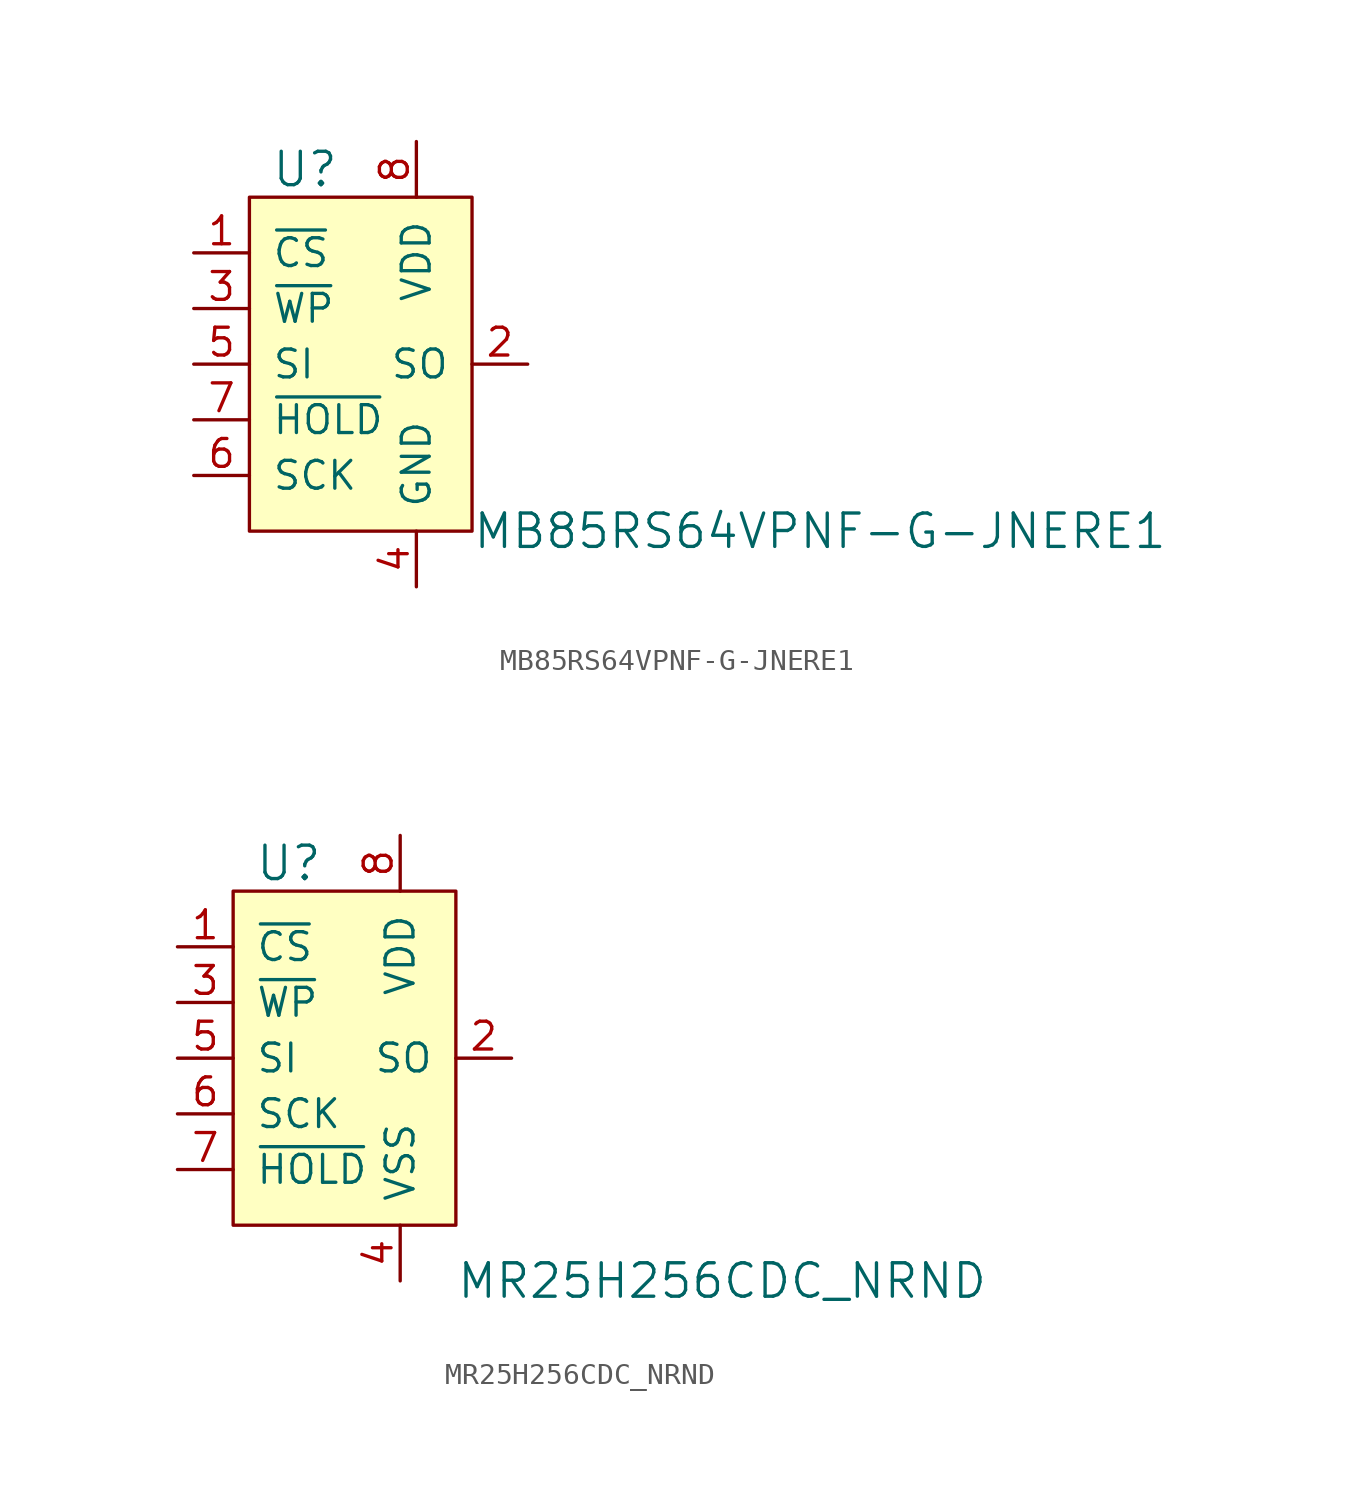
<source format=kicad_sym>
(kicad_symbol_lib
  (version 20231120)
  (generator "kicad_symbol_editor")
  (generator_version "8.0")
  (symbol "MB85RS64VPNF-G-JNERE1"
    (pin_names
      (offset 1.016))
    (property "Reference" "U"
      (at -2.54 6.35 0)
      (effects (font (size 1.524 1.524))))
    (property "Value" "MB85RS64VPNF-G-JNERE1"
      (at 5.08 -10.16 0)
      (effects (font (size 1.524 1.524)) (justify left)))
    (symbol "MB85RS64VPNF-G-JNERE1_0_1"
      (rectangle (start -5.08 5.08) (end 5.08 -10.16) (stroke (width 0) (type solid)) (fill (type background))))
    (symbol "MB85RS64VPNF-G-JNERE1_1_1"
      (pin input line (at -7.62 2.54 0) (length 2.54) (name "~{CS}" (effects (font (size 1.27 1.27)))) (number "1" (effects (font (size 1.27 1.27)))))
      (pin output line (at 7.62 -2.54 180) (length 2.54) (name "SO" (effects (font (size 1.27 1.27)))) (number "2" (effects (font (size 1.27 1.27)))))
      (pin input line (at -7.62 0 0) (length 2.54) (name "~{WP}" (effects (font (size 1.27 1.27)))) (number "3" (effects (font (size 1.27 1.27)))))
      (pin power_in line (at 2.54 -12.7 90) (length 2.54) (name "GND" (effects (font (size 1.27 1.27)))) (number "4" (effects (font (size 1.27 1.27)))))
      (pin input line (at -7.62 -2.54 0) (length 2.54) (name "SI" (effects (font (size 1.27 1.27)))) (number "5" (effects (font (size 1.27 1.27)))))
      (pin input line (at -7.62 -7.62 0) (length 2.54) (name "SCK" (effects (font (size 1.27 1.27)))) (number "6" (effects (font (size 1.27 1.27)))))
      (pin input line (at -7.62 -5.08 0) (length 2.54) (name "~{HOLD}" (effects (font (size 1.27 1.27)))) (number "7" (effects (font (size 1.27 1.27)))))
      (pin power_in line (at 2.54 7.62 270) (length 2.54) (name "VDD" (effects (font (size 1.27 1.27)))) (number "8" (effects (font (size 1.27 1.27)))))))
  (symbol "MR25H256CDC_NRND"
    (pin_names
      (offset 1.016))
    (property "Reference" "U"
      (at -2.54 3.81 0)
      (effects (font (size 1.524 1.524))))
    (property "Value" "MR25H256CDC_NRND"
      (at 5.08 -15.24 0)
      (effects (font (size 1.524 1.524)) (justify left)))
    (symbol "MR25H256CDC_NRND_0_1"
      (rectangle (start -5.08 2.54) (end 5.08 -12.7) (stroke (width 0) (type solid)) (fill (type background))))
    (symbol "MR25H256CDC_NRND_1_1"
      (pin input line (at -7.62 0 0) (length 2.54) (name "~{CS}" (effects (font (size 1.27 1.27)))) (number "1" (effects (font (size 1.27 1.27)))))
      (pin output line (at 7.62 -5.08 180) (length 2.54) (name "SO" (effects (font (size 1.27 1.27)))) (number "2" (effects (font (size 1.27 1.27)))))
      (pin input line (at -7.62 -2.54 0) (length 2.54) (name "~{WP}" (effects (font (size 1.27 1.27)))) (number "3" (effects (font (size 1.27 1.27)))))
      (pin power_in line (at 2.54 -15.24 90) (length 2.54) (name "VSS" (effects (font (size 1.27 1.27)))) (number "4" (effects (font (size 1.27 1.27)))))
      (pin input line (at -7.62 -5.08 0) (length 2.54) (name "SI" (effects (font (size 1.27 1.27)))) (number "5" (effects (font (size 1.27 1.27)))))
      (pin input line (at -7.62 -7.62 0) (length 2.54) (name "SCK" (effects (font (size 1.27 1.27)))) (number "6" (effects (font (size 1.27 1.27)))))
      (pin input line (at -7.62 -10.16 0) (length 2.54) (name "~{HOLD}" (effects (font (size 1.27 1.27)))) (number "7" (effects (font (size 1.27 1.27)))))
      (pin power_in line (at 2.54 5.08 270) (length 2.54) (name "VDD" (effects (font (size 1.27 1.27)))) (number "8" (effects (font (size 1.27 1.27))))))))
</source>
